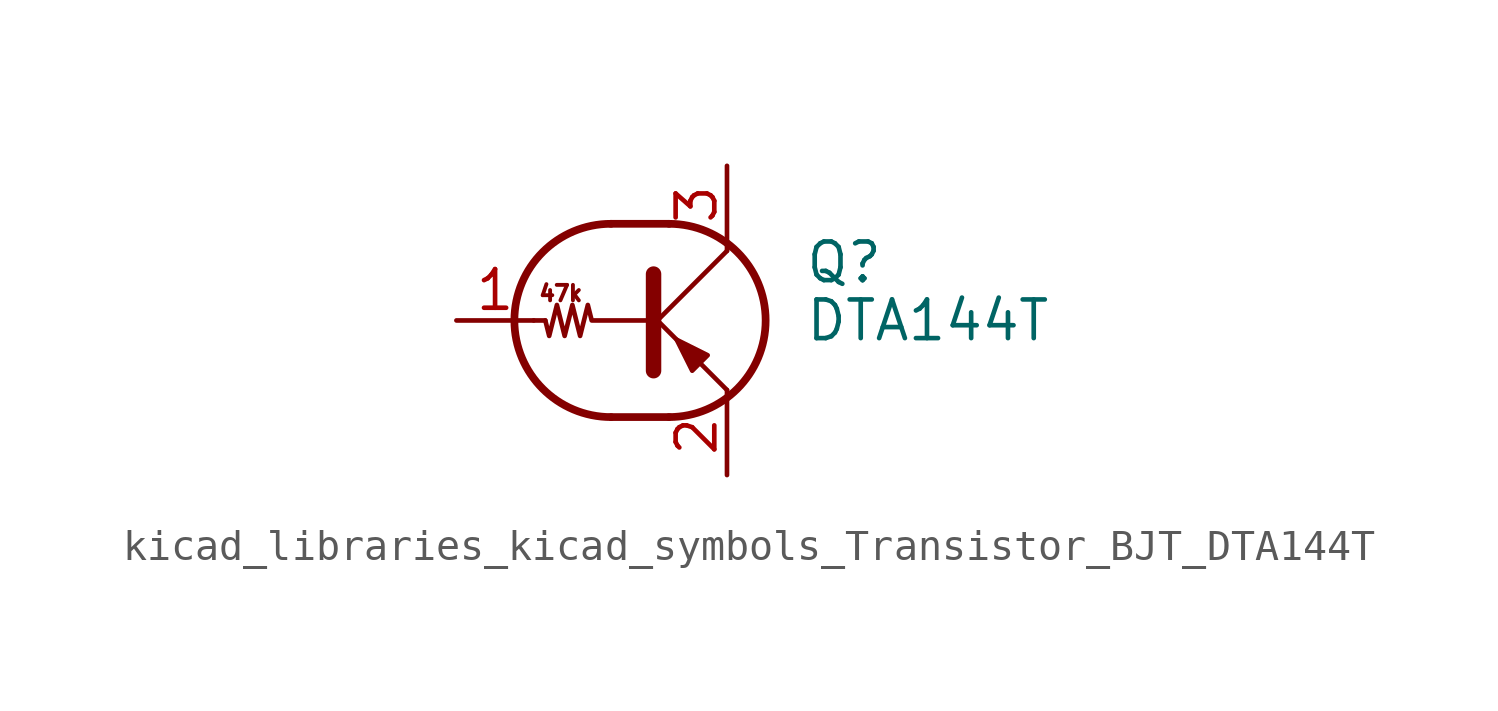
<source format=kicad_sym>
(kicad_symbol_lib
  (version 20220914)
  (generator kicad_symbol_editor)
  (symbol "kicad_libraries_kicad_symbols_Transistor_BJT_DTA144T"
    (pin_names
      (offset 0) hide)
    (property "Reference" "Q"
      (at 5.08 1.905 0)
      (effects (font (size 1.27 1.27)) (justify left)))
    (property "Value" "DTA144T"
      (at 5.08 0 0)
      (effects (font (size 1.27 1.27)) (justify left)))
    (symbol "kicad_libraries_kicad_symbols_Transistor_BJT_DTA144T_0_0"
      (polyline (pts (xy 2.54 -2.286) (xy 2.54 -2.54)) (stroke (width 0) (type default)) (fill (type none)))
      (text "47k" (at -2.921 0.889 0) (effects (font (size 0.508 0.508)))))
    (symbol "kicad_libraries_kicad_symbols_Transistor_BJT_DTA144T_0_1"
      (arc (start -1.27 3.175) (mid -4.4312 0) (end -1.27 -3.175) (stroke (width 0.254) (type default)) (fill (type none)))
      (polyline (pts (xy -3.429 0) (xy -3.81 0)) (stroke (width 0) (type default)) (fill (type none)))
      (polyline (pts (xy -1.27 -3.175) (xy 0.635 -3.175)) (stroke (width 0.254) (type default)) (fill (type none)))
      (polyline (pts (xy -1.27 3.175) (xy 0.635 3.175)) (stroke (width 0.254) (type default)) (fill (type none)))
      (polyline (pts (xy 0 -0.254) (xy 2.54 2.286)) (stroke (width 0) (type default)) (fill (type none)))
      (polyline (pts (xy 0.127 1.524) (xy 0.127 -1.651)) (stroke (width 0.508) (type default)) (fill (type outline)))
      (polyline (pts (xy 2.54 2.286) (xy 2.54 2.54)) (stroke (width 0) (type default)) (fill (type none)))
      (polyline (pts (xy 2.54 -2.286) (xy 0 0.254) (xy 0 0.254)) (stroke (width 0) (type default)) (fill (type none)))
      (polyline (pts (xy 1.397 -1.651) (xy 1.905 -1.143) (xy 0.889 -0.635) (xy 1.397 -1.651)) (stroke (width 0) (type default)) (fill (type outline)))
      (polyline (pts (xy 0 0) (xy -1.905 0) (xy -2.032 0.508) (xy -2.286 -0.508) (xy -2.54 0.508) (xy -2.794 -0.508) (xy -3.048 0.508) (xy -3.302 -0.508) (xy -3.429 0)) (stroke (width 0) (type default)) (fill (type none)))
      (arc (start 0.635 -3.175) (mid 3.7962 0) (end 0.635 3.175) (stroke (width 0.254) (type default)) (fill (type none))))
    (symbol "kicad_libraries_kicad_symbols_Transistor_BJT_DTA144T_1_1"
      (pin input line (at -6.35 0 0) (length 2.54) (name "B" (effects (font (size 1.27 1.27)))) (number "1" (effects (font (size 1.27 1.27)))))
      (pin passive line (at 2.54 -5.08 90) (length 2.54) (name "E" (effects (font (size 1.27 1.27)))) (number "2" (effects (font (size 1.27 1.27)))))
      (pin passive line (at 2.54 5.08 270) (length 2.54) (name "C" (effects (font (size 1.27 1.27)))) (number "3" (effects (font (size 1.27 1.27))))))))
</source>
